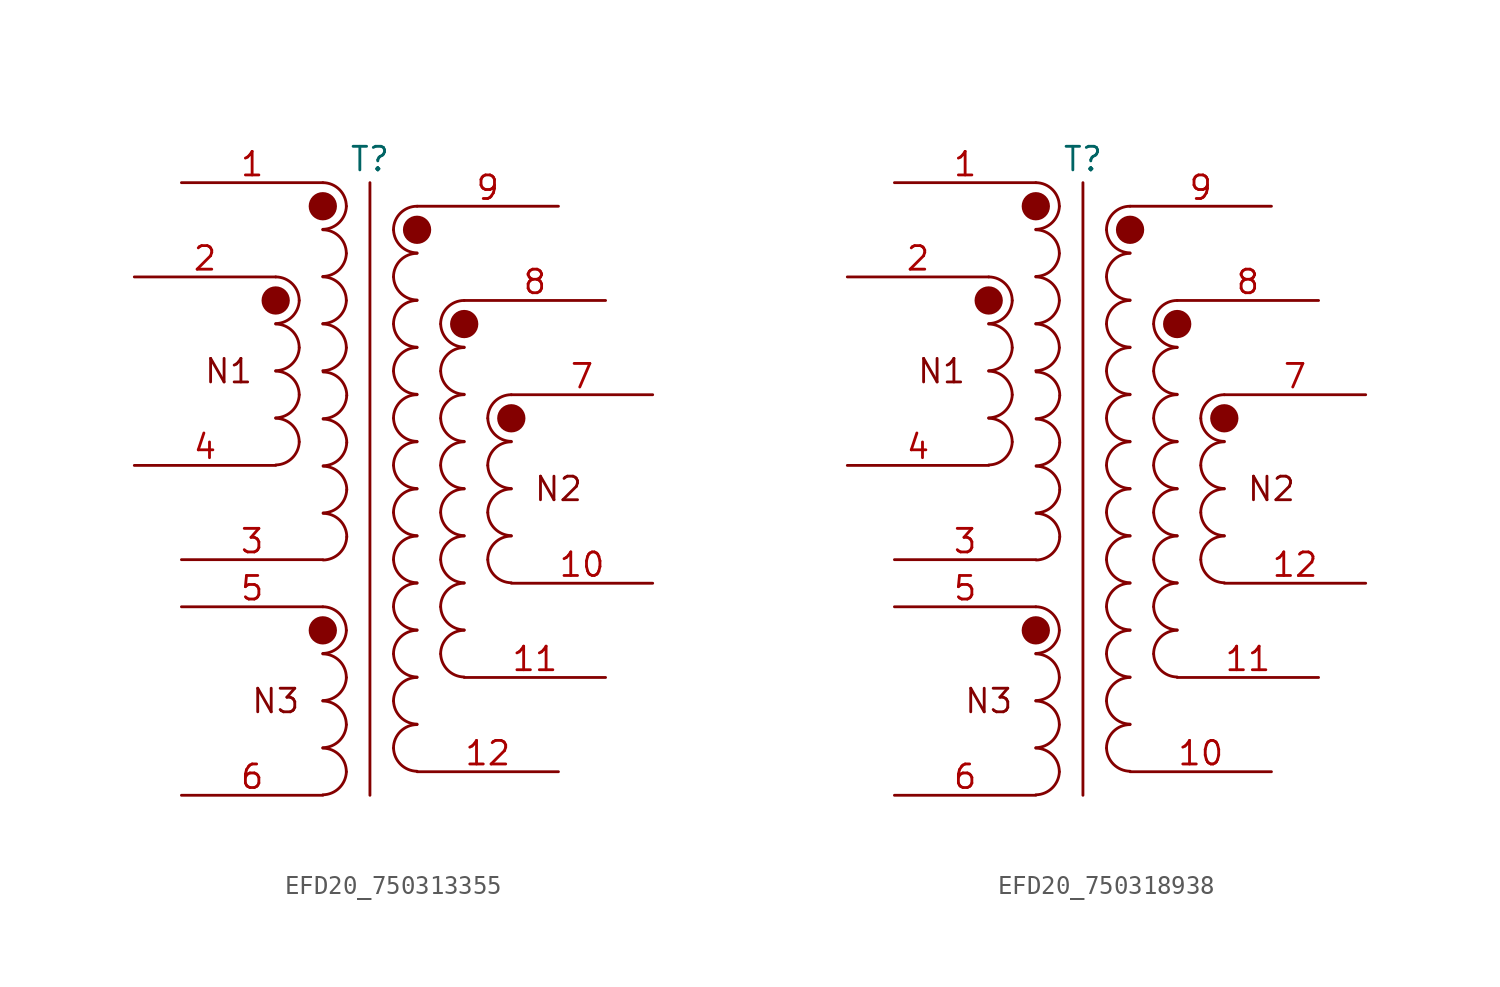
<source format=kicad_sym>
(kicad_symbol_lib
  (version 20220914)
  (generator kicad_symbol_editor)
  (symbol "EFD20_750313355"
    (pin_names hide)
    (property "Reference" "T"
      (at 0 17.78 0)
      (effects (font (size 1.27 1.27))))
    (property "Critical Parameter" ""
      (at 0 -5.08 0)
      (effects (font (size 1.27 1.27)) (justify left)))
    (symbol "EFD20_750313355_0_1"
      (arc (start -5.08 1.2954) (mid -4.1961 1.6637) (end -3.81 2.54) (stroke (width 0) (type default)) (fill (type none)))
      (arc (start -5.08 3.8354) (mid -4.1961 4.2037) (end -3.81 5.08) (stroke (width 0) (type default)) (fill (type none)))
      (arc (start -5.08 6.3754) (mid -4.1961 6.7437) (end -3.81 7.62) (stroke (width 0) (type default)) (fill (type none)))
      (arc (start -5.08 8.9154) (mid -4.1961 9.2837) (end -3.81 10.16) (stroke (width 0) (type default)) (fill (type none)))
      (arc (start -3.81 2.54) (mid -4.182 3.438) (end -5.08 3.81) (stroke (width 0) (type default)) (fill (type none)))
      (arc (start -3.81 5.08) (mid -4.182 5.978) (end -5.08 6.35) (stroke (width 0) (type default)) (fill (type none)))
      (arc (start -3.81 7.62) (mid -4.182 8.518) (end -5.08 8.89) (stroke (width 0) (type default)) (fill (type none)))
      (arc (start -3.81 10.16) (mid -4.182 11.058) (end -5.08 11.43) (stroke (width 0) (type default)) (fill (type none)))
      (arc (start -2.54 -16.4846) (mid -1.6561 -16.1163) (end -1.27 -15.24) (stroke (width 0) (type default)) (fill (type none)))
      (arc (start -2.54 -13.9446) (mid -1.6561 -13.5763) (end -1.27 -12.7) (stroke (width 0) (type default)) (fill (type none)))
      (arc (start -2.54 -11.4046) (mid -1.6561 -11.0363) (end -1.27 -10.16) (stroke (width 0) (type default)) (fill (type none)))
      (arc (start -2.54 -8.8646) (mid -1.6561 -8.4963) (end -1.27 -7.62) (stroke (width 0) (type default)) (fill (type none)))
      (arc (start -2.54 6.3754) (mid -1.6561 6.7437) (end -1.27 7.62) (stroke (width 0) (type default)) (fill (type none)))
      (arc (start -2.54 8.9154) (mid -1.6561 9.2837) (end -1.27 10.16) (stroke (width 0) (type default)) (fill (type none)))
      (arc (start -2.54 11.4554) (mid -1.6561 11.8237) (end -1.27 12.7) (stroke (width 0) (type default)) (fill (type none)))
      (arc (start -2.54 13.9954) (mid -1.6561 14.3637) (end -1.27 15.24) (stroke (width 0) (type default)) (fill (type none)))
      (arc (start -2.5215 -3.8291) (mid -1.6376 -3.4608) (end -1.2515 -2.5845) (stroke (width 0) (type default)) (fill (type none)))
      (arc (start -2.5215 -1.2891) (mid -1.6376 -0.9208) (end -1.2515 -0.0445) (stroke (width 0) (type default)) (fill (type none)))
      (arc (start -2.5215 1.2509) (mid -1.6376 1.6192) (end -1.2515 2.4955) (stroke (width 0) (type default)) (fill (type none)))
      (arc (start -2.5215 3.7909) (mid -1.6376 4.1592) (end -1.2515 5.0355) (stroke (width 0) (type default)) (fill (type none)))
      (arc (start -1.27 -15.24) (mid -1.642 -14.342) (end -2.54 -13.97) (stroke (width 0) (type default)) (fill (type none)))
      (arc (start -1.27 -12.7) (mid -1.642 -11.802) (end -2.54 -11.43) (stroke (width 0) (type default)) (fill (type none)))
      (arc (start -1.27 -10.16) (mid -1.642 -9.262) (end -2.54 -8.89) (stroke (width 0) (type default)) (fill (type none)))
      (arc (start -1.27 -7.62) (mid -1.642 -6.722) (end -2.54 -6.35) (stroke (width 0) (type default)) (fill (type none)))
      (arc (start -1.27 7.62) (mid -1.642 8.518) (end -2.54 8.89) (stroke (width 0) (type default)) (fill (type none)))
      (arc (start -1.27 10.16) (mid -1.642 11.058) (end -2.54 11.43) (stroke (width 0) (type default)) (fill (type none)))
      (arc (start -1.27 12.7) (mid -1.642 13.598) (end -2.54 13.97) (stroke (width 0) (type default)) (fill (type none)))
      (arc (start -1.27 15.24) (mid -1.642 16.138) (end -2.54 16.51) (stroke (width 0) (type default)) (fill (type none)))
      (arc (start -1.2515 -2.5845) (mid -1.6235 -1.6865) (end -2.5215 -1.3145) (stroke (width 0) (type default)) (fill (type none)))
      (arc (start -1.2515 -0.0445) (mid -1.6235 0.8535) (end -2.5215 1.2255) (stroke (width 0) (type default)) (fill (type none)))
      (arc (start -1.2515 2.4955) (mid -1.6235 3.3935) (end -2.5215 3.7655) (stroke (width 0) (type default)) (fill (type none)))
      (arc (start -1.2515 5.0355) (mid -1.6235 5.9335) (end -2.5215 6.3055) (stroke (width 0) (type default)) (fill (type none)))
      (polyline (pts (xy 0 16.51) (xy 0 -16.51)) (stroke (width 0) (type default)) (fill (type none)))
      (arc (start 1.27 -13.97) (mid 1.656 -14.8464) (end 2.54 -15.2146) (stroke (width 0) (type default)) (fill (type none)))
      (arc (start 1.27 -11.43) (mid 1.656 -12.3064) (end 2.54 -12.6746) (stroke (width 0) (type default)) (fill (type none)))
      (arc (start 1.27 -8.89) (mid 1.656 -9.7664) (end 2.54 -10.1346) (stroke (width 0) (type default)) (fill (type none)))
      (arc (start 1.27 -6.35) (mid 1.656 -7.2264) (end 2.54 -7.5946) (stroke (width 0) (type default)) (fill (type none)))
      (arc (start 1.27 -3.81) (mid 1.656 -4.6864) (end 2.54 -5.0546) (stroke (width 0) (type default)) (fill (type none)))
      (arc (start 1.27 -1.27) (mid 1.656 -2.1464) (end 2.54 -2.5146) (stroke (width 0) (type default)) (fill (type none)))
      (arc (start 1.27 1.27) (mid 1.656 0.3936) (end 2.54 0.0254) (stroke (width 0) (type default)) (fill (type none)))
      (arc (start 1.27 3.81) (mid 1.656 2.9336) (end 2.54 2.5654) (stroke (width 0) (type default)) (fill (type none)))
      (arc (start 1.27 6.35) (mid 1.656 5.4736) (end 2.54 5.1054) (stroke (width 0) (type default)) (fill (type none)))
      (arc (start 1.27 8.89) (mid 1.656 8.0136) (end 2.54 7.6454) (stroke (width 0) (type default)) (fill (type none)))
      (arc (start 1.27 11.43) (mid 1.656 10.5536) (end 2.54 10.1854) (stroke (width 0) (type default)) (fill (type none)))
      (arc (start 1.27 13.97) (mid 1.656 13.0936) (end 2.54 12.7254) (stroke (width 0) (type default)) (fill (type none)))
      (arc (start 2.54 -12.7) (mid 1.642 -13.072) (end 1.27 -13.97) (stroke (width 0) (type default)) (fill (type none)))
      (arc (start 2.54 -10.16) (mid 1.642 -10.532) (end 1.27 -11.43) (stroke (width 0) (type default)) (fill (type none)))
      (arc (start 2.54 -7.62) (mid 1.642 -7.992) (end 1.27 -8.89) (stroke (width 0) (type default)) (fill (type none)))
      (arc (start 2.54 -5.08) (mid 1.642 -5.452) (end 1.27 -6.35) (stroke (width 0) (type default)) (fill (type none)))
      (arc (start 2.54 -2.54) (mid 1.642 -2.912) (end 1.27 -3.81) (stroke (width 0) (type default)) (fill (type none)))
      (arc (start 2.54 0) (mid 1.642 -0.372) (end 1.27 -1.27) (stroke (width 0) (type default)) (fill (type none)))
      (arc (start 2.54 2.54) (mid 1.642 2.168) (end 1.27 1.27) (stroke (width 0) (type default)) (fill (type none)))
      (arc (start 2.54 5.08) (mid 1.642 4.708) (end 1.27 3.81) (stroke (width 0) (type default)) (fill (type none)))
      (arc (start 2.54 7.62) (mid 1.642 7.248) (end 1.27 6.35) (stroke (width 0) (type default)) (fill (type none)))
      (arc (start 2.54 10.16) (mid 1.642 9.788) (end 1.27 8.89) (stroke (width 0) (type default)) (fill (type none)))
      (arc (start 2.54 12.7) (mid 1.642 12.328) (end 1.27 11.43) (stroke (width 0) (type default)) (fill (type none)))
      (arc (start 2.54 15.24) (mid 1.642 14.868) (end 1.27 13.97) (stroke (width 0) (type default)) (fill (type none)))
      (arc (start 3.81 -8.89) (mid 4.196 -9.7664) (end 5.08 -10.1346) (stroke (width 0) (type default)) (fill (type none)))
      (arc (start 3.81 -6.35) (mid 4.196 -7.2264) (end 5.08 -7.5946) (stroke (width 0) (type default)) (fill (type none)))
      (arc (start 3.81 -3.81) (mid 4.196 -4.6864) (end 5.08 -5.0546) (stroke (width 0) (type default)) (fill (type none)))
      (arc (start 3.81 -1.27) (mid 4.196 -2.1464) (end 5.08 -2.5146) (stroke (width 0) (type default)) (fill (type none)))
      (arc (start 3.81 1.27) (mid 4.196 0.3936) (end 5.08 0.0254) (stroke (width 0) (type default)) (fill (type none)))
      (arc (start 3.81 3.81) (mid 4.196 2.9336) (end 5.08 2.5654) (stroke (width 0) (type default)) (fill (type none)))
      (arc (start 3.81 6.35) (mid 4.196 5.4736) (end 5.08 5.1054) (stroke (width 0) (type default)) (fill (type none)))
      (arc (start 3.81 8.89) (mid 4.196 8.0136) (end 5.08 7.6454) (stroke (width 0) (type default)) (fill (type none)))
      (arc (start 5.08 -7.62) (mid 4.182 -7.992) (end 3.81 -8.89) (stroke (width 0) (type default)) (fill (type none)))
      (arc (start 5.08 -5.08) (mid 4.182 -5.452) (end 3.81 -6.35) (stroke (width 0) (type default)) (fill (type none)))
      (arc (start 5.08 -2.54) (mid 4.182 -2.912) (end 3.81 -3.81) (stroke (width 0) (type default)) (fill (type none)))
      (arc (start 5.08 0) (mid 4.182 -0.372) (end 3.81 -1.27) (stroke (width 0) (type default)) (fill (type none)))
      (arc (start 5.08 2.54) (mid 4.182 2.168) (end 3.81 1.27) (stroke (width 0) (type default)) (fill (type none)))
      (arc (start 5.08 5.08) (mid 4.182 4.708) (end 3.81 3.81) (stroke (width 0) (type default)) (fill (type none)))
      (arc (start 5.08 7.62) (mid 4.182 7.248) (end 3.81 6.35) (stroke (width 0) (type default)) (fill (type none)))
      (arc (start 5.08 10.16) (mid 4.182 9.788) (end 3.81 8.89) (stroke (width 0) (type default)) (fill (type none)))
      (arc (start 6.35 -3.81) (mid 6.7361 -4.6863) (end 7.62 -5.0546) (stroke (width 0) (type default)) (fill (type none)))
      (arc (start 6.35 -1.27) (mid 6.7361 -2.1463) (end 7.62 -2.5146) (stroke (width 0) (type default)) (fill (type none)))
      (arc (start 6.35 1.27) (mid 6.7361 0.3937) (end 7.62 0.0254) (stroke (width 0) (type default)) (fill (type none)))
      (arc (start 6.35 3.81) (mid 6.7361 2.9337) (end 7.62 2.5654) (stroke (width 0) (type default)) (fill (type none)))
      (arc (start 7.62 -2.54) (mid 6.722 -2.912) (end 6.35 -3.81) (stroke (width 0) (type default)) (fill (type none)))
      (arc (start 7.62 0) (mid 6.722 -0.372) (end 6.35 -1.27) (stroke (width 0) (type default)) (fill (type none)))
      (arc (start 7.62 2.54) (mid 6.722 2.168) (end 6.35 1.27) (stroke (width 0) (type default)) (fill (type none)))
      (arc (start 7.62 5.08) (mid 6.722 4.708) (end 6.35 3.81) (stroke (width 0) (type default)) (fill (type none))))
    (symbol "EFD20_750313355_1_1"
      (circle (center -5.08 10.16) (radius 0.0001) (stroke (width 0.762) (type default)) (fill (type none)))
      (circle (center -2.54 -7.62) (radius 0.0001) (stroke (width 0.762) (type default)) (fill (type none)))
      (circle (center -2.54 15.24) (radius 0.0001) (stroke (width 0.762) (type default)) (fill (type none)))
      (circle (center 2.54 13.97) (radius 0.0001) (stroke (width 0.762) (type default)) (fill (type none)))
      (circle (center 5.08 8.89) (radius 0.0001) (stroke (width 0.762) (type default)) (fill (type none)))
      (circle (center 7.62 3.81) (radius 0.0001) (stroke (width 0.762) (type default)) (fill (type none)))
      (text "N1" (at -7.62 6.35 0) (effects (font (size 1.27 1.27))))
      (text "N2" (at 10.16 0 0) (effects (font (size 1.27 1.27))))
      (text "N3" (at -5.08 -11.43 0) (effects (font (size 1.27 1.27))))
      (pin passive line (at -10.16 16.51 0) (length 7.62) (name "1" (effects (font (size 1.27 1.27)))) (number "1" (effects (font (size 1.27 1.27)))))
      (pin passive line (at 15.24 -5.08 180) (length 7.62) (name "10" (effects (font (size 1.27 1.27)))) (number "10" (effects (font (size 1.27 1.27)))))
      (pin passive line (at 12.7 -10.16 180) (length 7.62) (name "11" (effects (font (size 1.27 1.27)))) (number "11" (effects (font (size 1.27 1.27)))))
      (pin passive line (at 10.16 -15.24 180) (length 7.62) (name "12" (effects (font (size 1.27 1.27)))) (number "12" (effects (font (size 1.27 1.27)))))
      (pin passive line (at -12.7 11.43 0) (length 7.62) (name "2" (effects (font (size 1.27 1.27)))) (number "2" (effects (font (size 1.27 1.27)))))
      (pin passive line (at -10.16 -3.81 0) (length 7.62) (name "3" (effects (font (size 1.27 1.27)))) (number "3" (effects (font (size 1.27 1.27)))))
      (pin passive line (at -12.7 1.27 0) (length 7.62) (name "4" (effects (font (size 1.27 1.27)))) (number "4" (effects (font (size 1.27 1.27)))))
      (pin passive line (at -10.16 -6.35 0) (length 7.62) (name "5" (effects (font (size 1.27 1.27)))) (number "5" (effects (font (size 1.27 1.27)))))
      (pin passive line (at -10.16 -16.51 0) (length 7.62) (name "6" (effects (font (size 1.27 1.27)))) (number "6" (effects (font (size 1.27 1.27)))))
      (pin passive line (at 15.24 5.08 180) (length 7.62) (name "7" (effects (font (size 1.27 1.27)))) (number "7" (effects (font (size 1.27 1.27)))))
      (pin passive line (at 12.7 10.16 180) (length 7.62) (name "8" (effects (font (size 1.27 1.27)))) (number "8" (effects (font (size 1.27 1.27)))))
      (pin passive line (at 10.16 15.24 180) (length 7.62) (name "9" (effects (font (size 1.27 1.27)))) (number "9" (effects (font (size 1.27 1.27)))))))
  (symbol "EFD20_750318938"
    (pin_names hide)
    (property "Reference" "T"
      (at 0 17.78 0)
      (effects (font (size 1.27 1.27))))
    (property "Critical Parameter" ""
      (at 0 -5.08 0)
      (effects (font (size 1.27 1.27)) (justify left)))
    (symbol "EFD20_750318938_0_1"
      (arc (start -5.08 1.2954) (mid -4.1961 1.6637) (end -3.81 2.54) (stroke (width 0) (type default)) (fill (type none)))
      (arc (start -5.08 3.8354) (mid -4.1961 4.2037) (end -3.81 5.08) (stroke (width 0) (type default)) (fill (type none)))
      (arc (start -5.08 6.3754) (mid -4.1961 6.7437) (end -3.81 7.62) (stroke (width 0) (type default)) (fill (type none)))
      (arc (start -5.08 8.9154) (mid -4.1961 9.2837) (end -3.81 10.16) (stroke (width 0) (type default)) (fill (type none)))
      (arc (start -3.81 2.54) (mid -4.182 3.438) (end -5.08 3.81) (stroke (width 0) (type default)) (fill (type none)))
      (arc (start -3.81 5.08) (mid -4.182 5.978) (end -5.08 6.35) (stroke (width 0) (type default)) (fill (type none)))
      (arc (start -3.81 7.62) (mid -4.182 8.518) (end -5.08 8.89) (stroke (width 0) (type default)) (fill (type none)))
      (arc (start -3.81 10.16) (mid -4.182 11.058) (end -5.08 11.43) (stroke (width 0) (type default)) (fill (type none)))
      (arc (start -2.54 -16.4846) (mid -1.6561 -16.1163) (end -1.27 -15.24) (stroke (width 0) (type default)) (fill (type none)))
      (arc (start -2.54 -13.9446) (mid -1.6561 -13.5763) (end -1.27 -12.7) (stroke (width 0) (type default)) (fill (type none)))
      (arc (start -2.54 -11.4046) (mid -1.6561 -11.0363) (end -1.27 -10.16) (stroke (width 0) (type default)) (fill (type none)))
      (arc (start -2.54 -8.8646) (mid -1.6561 -8.4963) (end -1.27 -7.62) (stroke (width 0) (type default)) (fill (type none)))
      (arc (start -2.54 6.3754) (mid -1.6561 6.7437) (end -1.27 7.62) (stroke (width 0) (type default)) (fill (type none)))
      (arc (start -2.54 8.9154) (mid -1.6561 9.2837) (end -1.27 10.16) (stroke (width 0) (type default)) (fill (type none)))
      (arc (start -2.54 11.4554) (mid -1.6561 11.8237) (end -1.27 12.7) (stroke (width 0) (type default)) (fill (type none)))
      (arc (start -2.54 13.9954) (mid -1.6561 14.3637) (end -1.27 15.24) (stroke (width 0) (type default)) (fill (type none)))
      (arc (start -2.5215 -3.8291) (mid -1.6376 -3.4608) (end -1.2515 -2.5845) (stroke (width 0) (type default)) (fill (type none)))
      (arc (start -2.5215 -1.2891) (mid -1.6376 -0.9208) (end -1.2515 -0.0445) (stroke (width 0) (type default)) (fill (type none)))
      (arc (start -2.5215 1.2509) (mid -1.6376 1.6192) (end -1.2515 2.4955) (stroke (width 0) (type default)) (fill (type none)))
      (arc (start -2.5215 3.7909) (mid -1.6376 4.1592) (end -1.2515 5.0355) (stroke (width 0) (type default)) (fill (type none)))
      (arc (start -1.27 -15.24) (mid -1.642 -14.342) (end -2.54 -13.97) (stroke (width 0) (type default)) (fill (type none)))
      (arc (start -1.27 -12.7) (mid -1.642 -11.802) (end -2.54 -11.43) (stroke (width 0) (type default)) (fill (type none)))
      (arc (start -1.27 -10.16) (mid -1.642 -9.262) (end -2.54 -8.89) (stroke (width 0) (type default)) (fill (type none)))
      (arc (start -1.27 -7.62) (mid -1.642 -6.722) (end -2.54 -6.35) (stroke (width 0) (type default)) (fill (type none)))
      (arc (start -1.27 7.62) (mid -1.642 8.518) (end -2.54 8.89) (stroke (width 0) (type default)) (fill (type none)))
      (arc (start -1.27 10.16) (mid -1.642 11.058) (end -2.54 11.43) (stroke (width 0) (type default)) (fill (type none)))
      (arc (start -1.27 12.7) (mid -1.642 13.598) (end -2.54 13.97) (stroke (width 0) (type default)) (fill (type none)))
      (arc (start -1.27 15.24) (mid -1.642 16.138) (end -2.54 16.51) (stroke (width 0) (type default)) (fill (type none)))
      (arc (start -1.2515 -2.5845) (mid -1.6235 -1.6865) (end -2.5215 -1.3145) (stroke (width 0) (type default)) (fill (type none)))
      (arc (start -1.2515 -0.0445) (mid -1.6235 0.8535) (end -2.5215 1.2255) (stroke (width 0) (type default)) (fill (type none)))
      (arc (start -1.2515 2.4955) (mid -1.6235 3.3935) (end -2.5215 3.7655) (stroke (width 0) (type default)) (fill (type none)))
      (arc (start -1.2515 5.0355) (mid -1.6235 5.9335) (end -2.5215 6.3055) (stroke (width 0) (type default)) (fill (type none)))
      (polyline (pts (xy 0 16.51) (xy 0 -16.51)) (stroke (width 0) (type default)) (fill (type none)))
      (arc (start 1.27 -13.97) (mid 1.656 -14.8464) (end 2.54 -15.2146) (stroke (width 0) (type default)) (fill (type none)))
      (arc (start 1.27 -11.43) (mid 1.656 -12.3064) (end 2.54 -12.6746) (stroke (width 0) (type default)) (fill (type none)))
      (arc (start 1.27 -8.89) (mid 1.656 -9.7664) (end 2.54 -10.1346) (stroke (width 0) (type default)) (fill (type none)))
      (arc (start 1.27 -6.35) (mid 1.656 -7.2264) (end 2.54 -7.5946) (stroke (width 0) (type default)) (fill (type none)))
      (arc (start 1.27 -3.81) (mid 1.656 -4.6864) (end 2.54 -5.0546) (stroke (width 0) (type default)) (fill (type none)))
      (arc (start 1.27 -1.27) (mid 1.656 -2.1464) (end 2.54 -2.5146) (stroke (width 0) (type default)) (fill (type none)))
      (arc (start 1.27 1.27) (mid 1.656 0.3936) (end 2.54 0.0254) (stroke (width 0) (type default)) (fill (type none)))
      (arc (start 1.27 3.81) (mid 1.656 2.9336) (end 2.54 2.5654) (stroke (width 0) (type default)) (fill (type none)))
      (arc (start 1.27 6.35) (mid 1.656 5.4736) (end 2.54 5.1054) (stroke (width 0) (type default)) (fill (type none)))
      (arc (start 1.27 8.89) (mid 1.656 8.0136) (end 2.54 7.6454) (stroke (width 0) (type default)) (fill (type none)))
      (arc (start 1.27 11.43) (mid 1.656 10.5536) (end 2.54 10.1854) (stroke (width 0) (type default)) (fill (type none)))
      (arc (start 1.27 13.97) (mid 1.656 13.0936) (end 2.54 12.7254) (stroke (width 0) (type default)) (fill (type none)))
      (arc (start 2.54 -12.7) (mid 1.642 -13.072) (end 1.27 -13.97) (stroke (width 0) (type default)) (fill (type none)))
      (arc (start 2.54 -10.16) (mid 1.642 -10.532) (end 1.27 -11.43) (stroke (width 0) (type default)) (fill (type none)))
      (arc (start 2.54 -7.62) (mid 1.642 -7.992) (end 1.27 -8.89) (stroke (width 0) (type default)) (fill (type none)))
      (arc (start 2.54 -5.08) (mid 1.642 -5.452) (end 1.27 -6.35) (stroke (width 0) (type default)) (fill (type none)))
      (arc (start 2.54 -2.54) (mid 1.642 -2.912) (end 1.27 -3.81) (stroke (width 0) (type default)) (fill (type none)))
      (arc (start 2.54 0) (mid 1.642 -0.372) (end 1.27 -1.27) (stroke (width 0) (type default)) (fill (type none)))
      (arc (start 2.54 2.54) (mid 1.642 2.168) (end 1.27 1.27) (stroke (width 0) (type default)) (fill (type none)))
      (arc (start 2.54 5.08) (mid 1.642 4.708) (end 1.27 3.81) (stroke (width 0) (type default)) (fill (type none)))
      (arc (start 2.54 7.62) (mid 1.642 7.248) (end 1.27 6.35) (stroke (width 0) (type default)) (fill (type none)))
      (arc (start 2.54 10.16) (mid 1.642 9.788) (end 1.27 8.89) (stroke (width 0) (type default)) (fill (type none)))
      (arc (start 2.54 12.7) (mid 1.642 12.328) (end 1.27 11.43) (stroke (width 0) (type default)) (fill (type none)))
      (arc (start 2.54 15.24) (mid 1.642 14.868) (end 1.27 13.97) (stroke (width 0) (type default)) (fill (type none)))
      (arc (start 3.81 -8.89) (mid 4.196 -9.7664) (end 5.08 -10.1346) (stroke (width 0) (type default)) (fill (type none)))
      (arc (start 3.81 -6.35) (mid 4.196 -7.2264) (end 5.08 -7.5946) (stroke (width 0) (type default)) (fill (type none)))
      (arc (start 3.81 -3.81) (mid 4.196 -4.6864) (end 5.08 -5.0546) (stroke (width 0) (type default)) (fill (type none)))
      (arc (start 3.81 -1.27) (mid 4.196 -2.1464) (end 5.08 -2.5146) (stroke (width 0) (type default)) (fill (type none)))
      (arc (start 3.81 1.27) (mid 4.196 0.3936) (end 5.08 0.0254) (stroke (width 0) (type default)) (fill (type none)))
      (arc (start 3.81 3.81) (mid 4.196 2.9336) (end 5.08 2.5654) (stroke (width 0) (type default)) (fill (type none)))
      (arc (start 3.81 6.35) (mid 4.196 5.4736) (end 5.08 5.1054) (stroke (width 0) (type default)) (fill (type none)))
      (arc (start 3.81 8.89) (mid 4.196 8.0136) (end 5.08 7.6454) (stroke (width 0) (type default)) (fill (type none)))
      (arc (start 5.08 -7.62) (mid 4.182 -7.992) (end 3.81 -8.89) (stroke (width 0) (type default)) (fill (type none)))
      (arc (start 5.08 -5.08) (mid 4.182 -5.452) (end 3.81 -6.35) (stroke (width 0) (type default)) (fill (type none)))
      (arc (start 5.08 -2.54) (mid 4.182 -2.912) (end 3.81 -3.81) (stroke (width 0) (type default)) (fill (type none)))
      (arc (start 5.08 0) (mid 4.182 -0.372) (end 3.81 -1.27) (stroke (width 0) (type default)) (fill (type none)))
      (arc (start 5.08 2.54) (mid 4.182 2.168) (end 3.81 1.27) (stroke (width 0) (type default)) (fill (type none)))
      (arc (start 5.08 5.08) (mid 4.182 4.708) (end 3.81 3.81) (stroke (width 0) (type default)) (fill (type none)))
      (arc (start 5.08 7.62) (mid 4.182 7.248) (end 3.81 6.35) (stroke (width 0) (type default)) (fill (type none)))
      (arc (start 5.08 10.16) (mid 4.182 9.788) (end 3.81 8.89) (stroke (width 0) (type default)) (fill (type none)))
      (arc (start 6.35 -3.81) (mid 6.7361 -4.6863) (end 7.62 -5.0546) (stroke (width 0) (type default)) (fill (type none)))
      (arc (start 6.35 -1.27) (mid 6.7361 -2.1463) (end 7.62 -2.5146) (stroke (width 0) (type default)) (fill (type none)))
      (arc (start 6.35 1.27) (mid 6.7361 0.3937) (end 7.62 0.0254) (stroke (width 0) (type default)) (fill (type none)))
      (arc (start 6.35 3.81) (mid 6.7361 2.9337) (end 7.62 2.5654) (stroke (width 0) (type default)) (fill (type none)))
      (arc (start 7.62 -2.54) (mid 6.722 -2.912) (end 6.35 -3.81) (stroke (width 0) (type default)) (fill (type none)))
      (arc (start 7.62 0) (mid 6.722 -0.372) (end 6.35 -1.27) (stroke (width 0) (type default)) (fill (type none)))
      (arc (start 7.62 2.54) (mid 6.722 2.168) (end 6.35 1.27) (stroke (width 0) (type default)) (fill (type none)))
      (arc (start 7.62 5.08) (mid 6.722 4.708) (end 6.35 3.81) (stroke (width 0) (type default)) (fill (type none))))
    (symbol "EFD20_750318938_1_1"
      (circle (center -5.08 10.16) (radius 0.0001) (stroke (width 0.762) (type default)) (fill (type none)))
      (circle (center -2.54 -7.62) (radius 0.0001) (stroke (width 0.762) (type default)) (fill (type none)))
      (circle (center -2.54 15.24) (radius 0.0001) (stroke (width 0.762) (type default)) (fill (type none)))
      (circle (center 2.54 13.97) (radius 0.0001) (stroke (width 0.762) (type default)) (fill (type none)))
      (circle (center 5.08 8.89) (radius 0.0001) (stroke (width 0.762) (type default)) (fill (type none)))
      (circle (center 7.62 3.81) (radius 0.0001) (stroke (width 0.762) (type default)) (fill (type none)))
      (text "N1" (at -7.62 6.35 0) (effects (font (size 1.27 1.27))))
      (text "N2" (at 10.16 0 0) (effects (font (size 1.27 1.27))))
      (text "N3" (at -5.08 -11.43 0) (effects (font (size 1.27 1.27))))
      (pin passive line (at -10.16 16.51 0) (length 7.62) (name "1" (effects (font (size 1.27 1.27)))) (number "1" (effects (font (size 1.27 1.27)))))
      (pin passive line (at 10.16 -15.24 180) (length 7.62) (name "10" (effects (font (size 1.27 1.27)))) (number "10" (effects (font (size 1.27 1.27)))))
      (pin passive line (at 12.7 -10.16 180) (length 7.62) (name "11" (effects (font (size 1.27 1.27)))) (number "11" (effects (font (size 1.27 1.27)))))
      (pin passive line (at 15.24 -5.08 180) (length 7.62) (name "12" (effects (font (size 1.27 1.27)))) (number "12" (effects (font (size 1.27 1.27)))))
      (pin passive line (at -12.7 11.43 0) (length 7.62) (name "2" (effects (font (size 1.27 1.27)))) (number "2" (effects (font (size 1.27 1.27)))))
      (pin passive line (at -10.16 -3.81 0) (length 7.62) (name "3" (effects (font (size 1.27 1.27)))) (number "3" (effects (font (size 1.27 1.27)))))
      (pin passive line (at -12.7 1.27 0) (length 7.62) (name "4" (effects (font (size 1.27 1.27)))) (number "4" (effects (font (size 1.27 1.27)))))
      (pin passive line (at -10.16 -6.35 0) (length 7.62) (name "5" (effects (font (size 1.27 1.27)))) (number "5" (effects (font (size 1.27 1.27)))))
      (pin passive line (at -10.16 -16.51 0) (length 7.62) (name "6" (effects (font (size 1.27 1.27)))) (number "6" (effects (font (size 1.27 1.27)))))
      (pin passive line (at 15.24 5.08 180) (length 7.62) (name "7" (effects (font (size 1.27 1.27)))) (number "7" (effects (font (size 1.27 1.27)))))
      (pin passive line (at 12.7 10.16 180) (length 7.62) (name "8" (effects (font (size 1.27 1.27)))) (number "8" (effects (font (size 1.27 1.27)))))
      (pin passive line (at 10.16 15.24 180) (length 7.62) (name "9" (effects (font (size 1.27 1.27)))) (number "9" (effects (font (size 1.27 1.27))))))))
</source>
